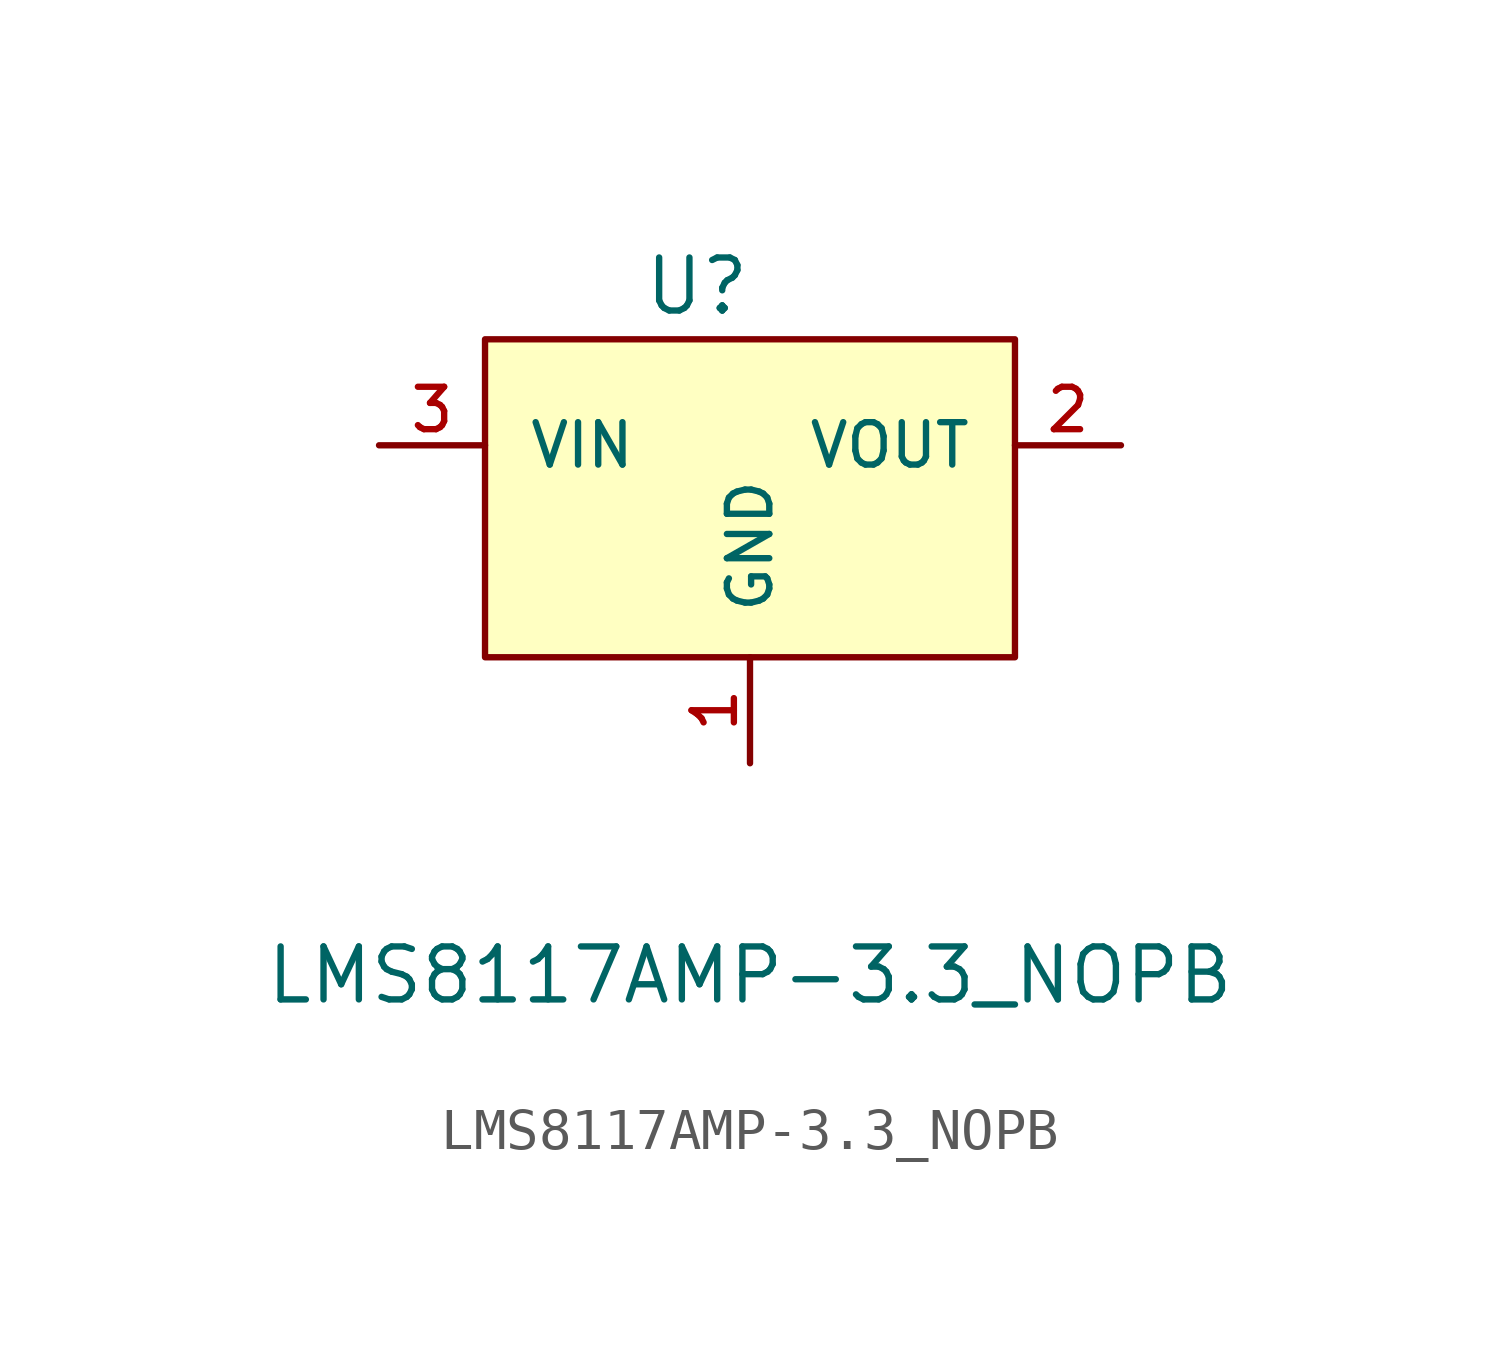
<source format=kicad_sym>
(kicad_symbol_lib
  (version 20220914)
  (generator kicad_symbol_editor)
  (symbol "LMS8117AMP-3.3_NOPB"
    (pin_names
      (offset 1.016))
    (property "Reference" "U"
      (at -1.27 5.08 0)
      (effects (font (size 1.27 1.27))))
    (property "Value" "LMS8117AMP-3.3_NOPB"
      (at 0 -11.43 0)
      (effects (font (size 1.27 1.27))))
    (symbol "LMS8117AMP-3.3_NOPB_0_1"
      (rectangle (start -6.35 3.81) (end 6.35 -3.81) (stroke (width 0) (type default)) (fill (type background))))
    (symbol "LMS8117AMP-3.3_NOPB_1_1"
      (pin input line (at 0 -6.35 90) (length 2.54) (name "GND" (effects (font (size 1.016 1.016)))) (number "1" (effects (font (size 1.016 1.016)))))
      (pin power_out line (at 8.89 1.27 180) (length 2.54) (name "VOUT" (effects (font (size 1.016 1.016)))) (number "2" (effects (font (size 1.016 1.016)))))
      (pin input line (at -8.89 1.27 0) (length 2.54) (name "VIN" (effects (font (size 1.016 1.016)))) (number "3" (effects (font (size 1.016 1.016))))))))
</source>
